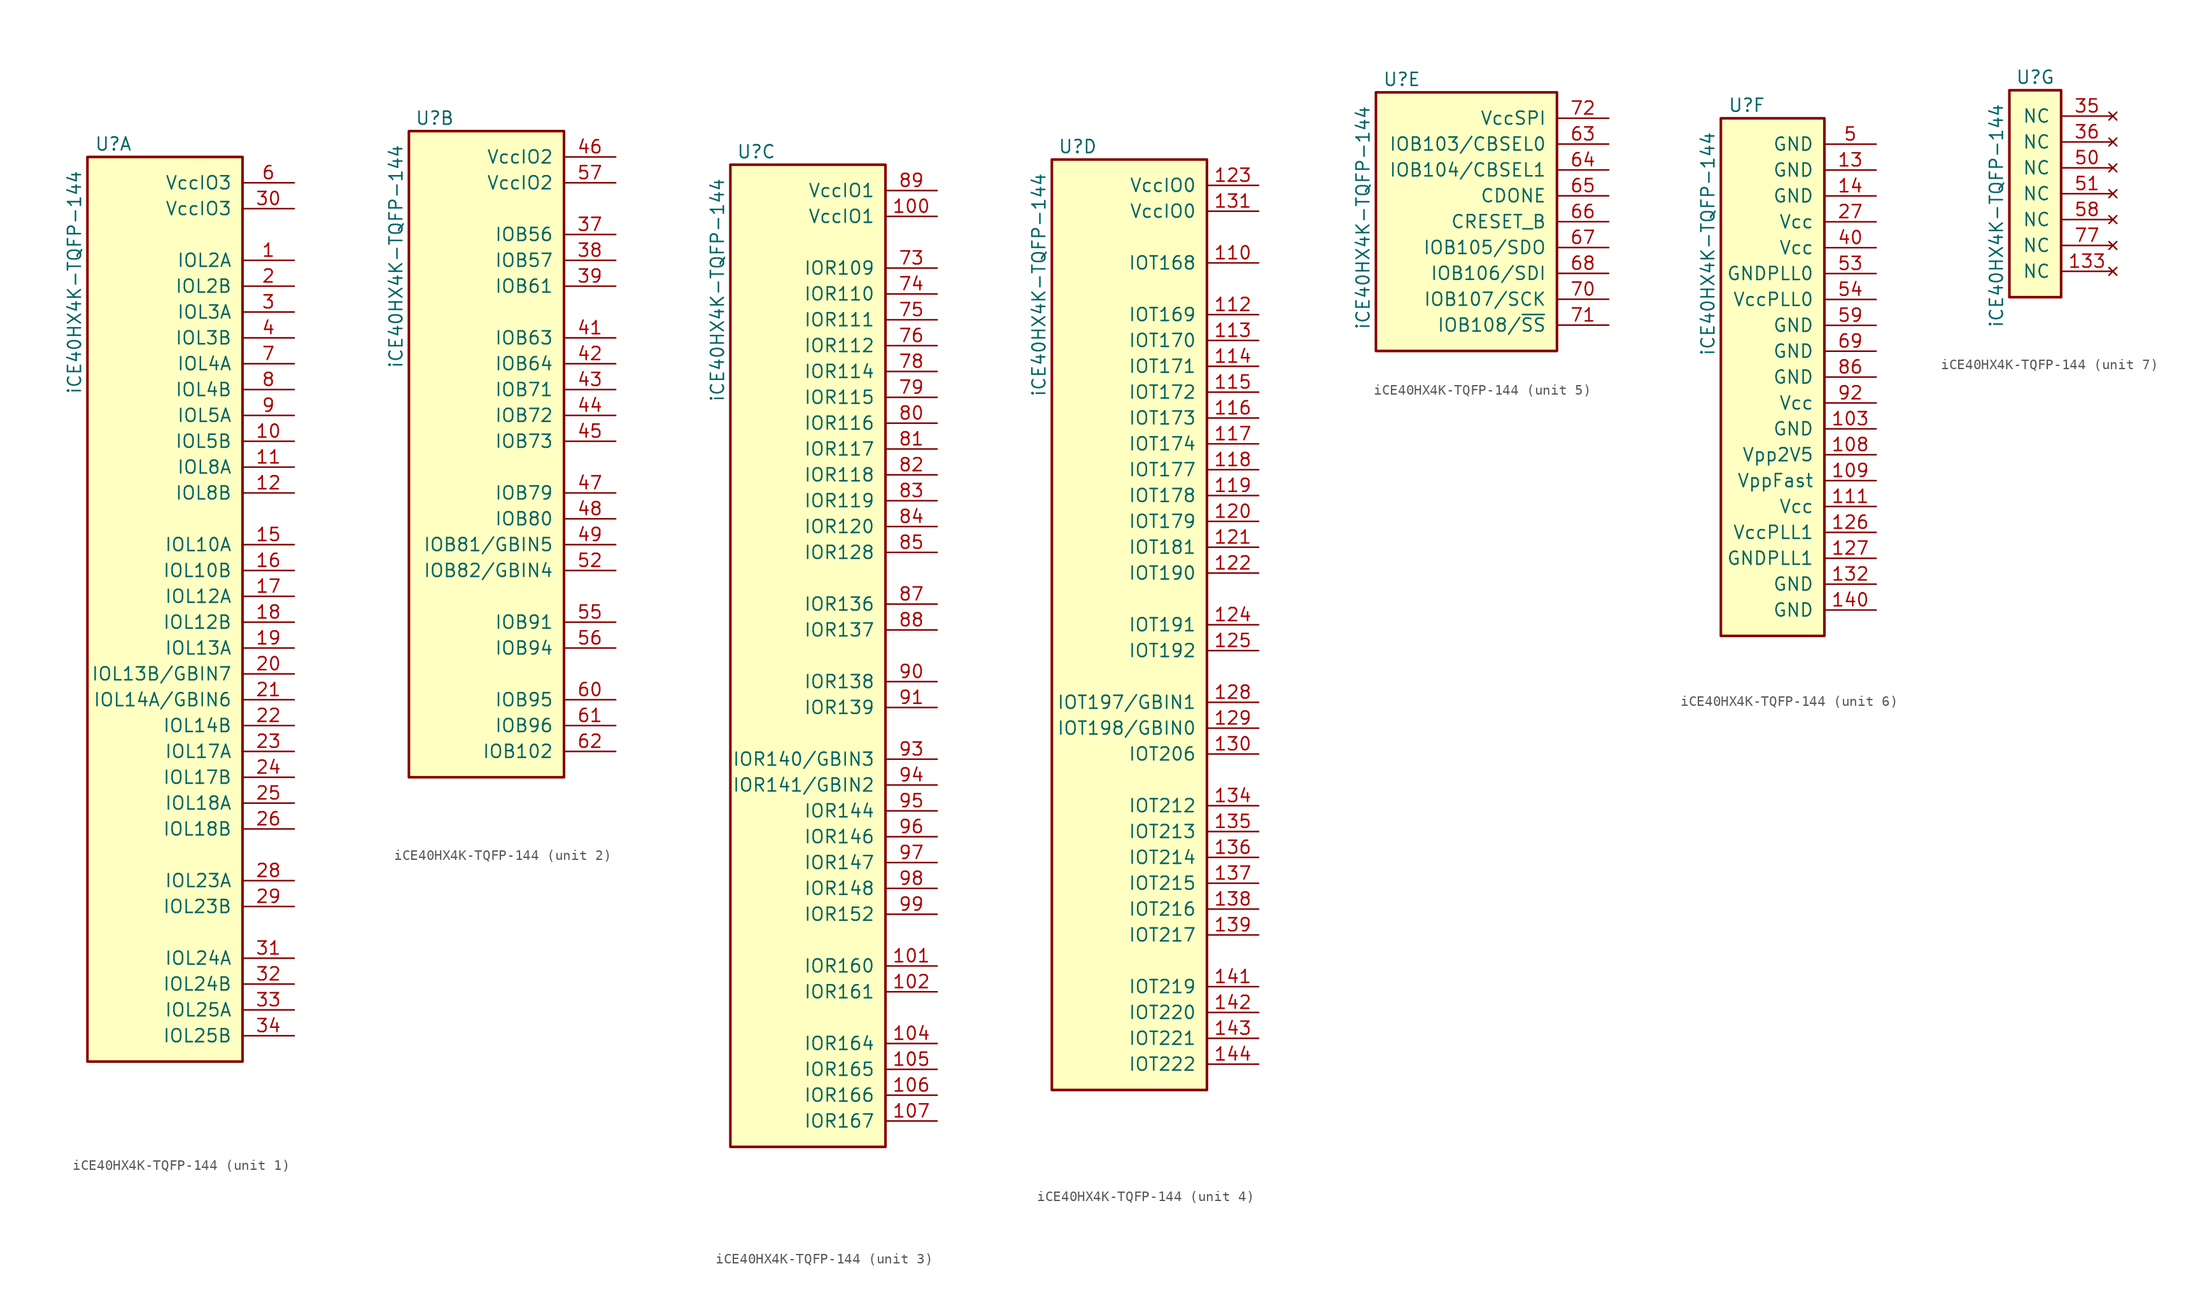
<source format=kicad_sym>
(kicad_symbol_lib
  (version 20220914)
  (generator kicad_symbol_editor)
  (symbol "iCE40HX4K-TQFP-144"
    (pin_names
      (offset 1.016))
    (property "Reference" "U"
      (at 0 19.05 0)
      (effects (font (size 1.27 1.27))))
    (property "Value" "iCE40HX4K-TQFP-144"
      (at -3.81 16.51 90)
      (effects (font (size 1.27 1.27)) (justify right)))
    (property "ki_locked" ""
      (at 0 0 0)
      (effects (font (size 1.27 1.27))))
    (symbol "iCE40HX4K-TQFP-144_1_1"
      (rectangle (start 12.7 17.78) (end -2.54 -71.12) (stroke (width 0.254) (type default)) (fill (type background)))
      (pin bidirectional line (at 17.78 7.62 180) (length 5.08) (name "IOL2A" (effects (font (size 1.27 1.27)))) (number "1" (effects (font (size 1.27 1.27)))))
      (pin bidirectional line (at 17.78 -10.16 180) (length 5.08) (name "IOL5B" (effects (font (size 1.27 1.27)))) (number "10" (effects (font (size 1.27 1.27)))))
      (pin bidirectional line (at 17.78 -12.7 180) (length 5.08) (name "IOL8A" (effects (font (size 1.27 1.27)))) (number "11" (effects (font (size 1.27 1.27)))))
      (pin bidirectional line (at 17.78 -15.24 180) (length 5.08) (name "IOL8B" (effects (font (size 1.27 1.27)))) (number "12" (effects (font (size 1.27 1.27)))))
      (pin bidirectional line (at 17.78 -20.32 180) (length 5.08) (name "IOL10A" (effects (font (size 1.27 1.27)))) (number "15" (effects (font (size 1.27 1.27)))))
      (pin bidirectional line (at 17.78 -22.86 180) (length 5.08) (name "IOL10B" (effects (font (size 1.27 1.27)))) (number "16" (effects (font (size 1.27 1.27)))))
      (pin bidirectional line (at 17.78 -25.4 180) (length 5.08) (name "IOL12A" (effects (font (size 1.27 1.27)))) (number "17" (effects (font (size 1.27 1.27)))))
      (pin bidirectional line (at 17.78 -27.94 180) (length 5.08) (name "IOL12B" (effects (font (size 1.27 1.27)))) (number "18" (effects (font (size 1.27 1.27)))))
      (pin bidirectional line (at 17.78 -30.48 180) (length 5.08) (name "IOL13A" (effects (font (size 1.27 1.27)))) (number "19" (effects (font (size 1.27 1.27)))))
      (pin bidirectional line (at 17.78 5.08 180) (length 5.08) (name "IOL2B" (effects (font (size 1.27 1.27)))) (number "2" (effects (font (size 1.27 1.27)))))
      (pin bidirectional line (at 17.78 -33.02 180) (length 5.08) (name "IOL13B/GBIN7" (effects (font (size 1.27 1.27)))) (number "20" (effects (font (size 1.27 1.27)))))
      (pin bidirectional line (at 17.78 -35.56 180) (length 5.08) (name "IOL14A/GBIN6" (effects (font (size 1.27 1.27)))) (number "21" (effects (font (size 1.27 1.27)))))
      (pin bidirectional line (at 17.78 -38.1 180) (length 5.08) (name "IOL14B" (effects (font (size 1.27 1.27)))) (number "22" (effects (font (size 1.27 1.27)))))
      (pin bidirectional line (at 17.78 -40.64 180) (length 5.08) (name "IOL17A" (effects (font (size 1.27 1.27)))) (number "23" (effects (font (size 1.27 1.27)))))
      (pin bidirectional line (at 17.78 -43.18 180) (length 5.08) (name "IOL17B" (effects (font (size 1.27 1.27)))) (number "24" (effects (font (size 1.27 1.27)))))
      (pin bidirectional line (at 17.78 -45.72 180) (length 5.08) (name "IOL18A" (effects (font (size 1.27 1.27)))) (number "25" (effects (font (size 1.27 1.27)))))
      (pin bidirectional line (at 17.78 -48.26 180) (length 5.08) (name "IOL18B" (effects (font (size 1.27 1.27)))) (number "26" (effects (font (size 1.27 1.27)))))
      (pin bidirectional line (at 17.78 -53.34 180) (length 5.08) (name "IOL23A" (effects (font (size 1.27 1.27)))) (number "28" (effects (font (size 1.27 1.27)))))
      (pin bidirectional line (at 17.78 -55.88 180) (length 5.08) (name "IOL23B" (effects (font (size 1.27 1.27)))) (number "29" (effects (font (size 1.27 1.27)))))
      (pin bidirectional line (at 17.78 2.54 180) (length 5.08) (name "IOL3A" (effects (font (size 1.27 1.27)))) (number "3" (effects (font (size 1.27 1.27)))))
      (pin power_in line (at 17.78 12.7 180) (length 5.08) (name "VccIO3" (effects (font (size 1.27 1.27)))) (number "30" (effects (font (size 1.27 1.27)))))
      (pin bidirectional line (at 17.78 -60.96 180) (length 5.08) (name "IOL24A" (effects (font (size 1.27 1.27)))) (number "31" (effects (font (size 1.27 1.27)))))
      (pin bidirectional line (at 17.78 -63.5 180) (length 5.08) (name "IOL24B" (effects (font (size 1.27 1.27)))) (number "32" (effects (font (size 1.27 1.27)))))
      (pin bidirectional line (at 17.78 -66.04 180) (length 5.08) (name "IOL25A" (effects (font (size 1.27 1.27)))) (number "33" (effects (font (size 1.27 1.27)))))
      (pin bidirectional line (at 17.78 -68.58 180) (length 5.08) (name "IOL25B" (effects (font (size 1.27 1.27)))) (number "34" (effects (font (size 1.27 1.27)))))
      (pin bidirectional line (at 17.78 0 180) (length 5.08) (name "IOL3B" (effects (font (size 1.27 1.27)))) (number "4" (effects (font (size 1.27 1.27)))))
      (pin power_in line (at 17.78 15.24 180) (length 5.08) (name "VccIO3" (effects (font (size 1.27 1.27)))) (number "6" (effects (font (size 1.27 1.27)))))
      (pin bidirectional line (at 17.78 -2.54 180) (length 5.08) (name "IOL4A" (effects (font (size 1.27 1.27)))) (number "7" (effects (font (size 1.27 1.27)))))
      (pin bidirectional line (at 17.78 -5.08 180) (length 5.08) (name "IOL4B" (effects (font (size 1.27 1.27)))) (number "8" (effects (font (size 1.27 1.27)))))
      (pin bidirectional line (at 17.78 -7.62 180) (length 5.08) (name "IOL5A" (effects (font (size 1.27 1.27)))) (number "9" (effects (font (size 1.27 1.27))))))
    (symbol "iCE40HX4K-TQFP-144_2_1"
      (rectangle (start -2.54 17.78) (end 12.7 -45.72) (stroke (width 0.254) (type default)) (fill (type background)))
      (pin bidirectional line (at 17.78 7.62 180) (length 5.08) (name "IOB56" (effects (font (size 1.27 1.27)))) (number "37" (effects (font (size 1.27 1.27)))))
      (pin bidirectional line (at 17.78 5.08 180) (length 5.08) (name "IOB57" (effects (font (size 1.27 1.27)))) (number "38" (effects (font (size 1.27 1.27)))))
      (pin bidirectional line (at 17.78 2.54 180) (length 5.08) (name "IOB61" (effects (font (size 1.27 1.27)))) (number "39" (effects (font (size 1.27 1.27)))))
      (pin bidirectional line (at 17.78 -2.54 180) (length 5.08) (name "IOB63" (effects (font (size 1.27 1.27)))) (number "41" (effects (font (size 1.27 1.27)))))
      (pin bidirectional line (at 17.78 -5.08 180) (length 5.08) (name "IOB64" (effects (font (size 1.27 1.27)))) (number "42" (effects (font (size 1.27 1.27)))))
      (pin bidirectional line (at 17.78 -7.62 180) (length 5.08) (name "IOB71" (effects (font (size 1.27 1.27)))) (number "43" (effects (font (size 1.27 1.27)))))
      (pin bidirectional line (at 17.78 -10.16 180) (length 5.08) (name "IOB72" (effects (font (size 1.27 1.27)))) (number "44" (effects (font (size 1.27 1.27)))))
      (pin bidirectional line (at 17.78 -12.7 180) (length 5.08) (name "IOB73" (effects (font (size 1.27 1.27)))) (number "45" (effects (font (size 1.27 1.27)))))
      (pin bidirectional line (at 17.78 15.24 180) (length 5.08) (name "VccIO2" (effects (font (size 1.27 1.27)))) (number "46" (effects (font (size 1.27 1.27)))))
      (pin bidirectional line (at 17.78 -17.78 180) (length 5.08) (name "IOB79" (effects (font (size 1.27 1.27)))) (number "47" (effects (font (size 1.27 1.27)))))
      (pin bidirectional line (at 17.78 -20.32 180) (length 5.08) (name "IOB80" (effects (font (size 1.27 1.27)))) (number "48" (effects (font (size 1.27 1.27)))))
      (pin bidirectional line (at 17.78 -22.86 180) (length 5.08) (name "IOB81/GBIN5" (effects (font (size 1.27 1.27)))) (number "49" (effects (font (size 1.27 1.27)))))
      (pin bidirectional line (at 17.78 -25.4 180) (length 5.08) (name "IOB82/GBIN4" (effects (font (size 1.27 1.27)))) (number "52" (effects (font (size 1.27 1.27)))))
      (pin bidirectional line (at 17.78 -30.48 180) (length 5.08) (name "IOB91" (effects (font (size 1.27 1.27)))) (number "55" (effects (font (size 1.27 1.27)))))
      (pin bidirectional line (at 17.78 -33.02 180) (length 5.08) (name "IOB94" (effects (font (size 1.27 1.27)))) (number "56" (effects (font (size 1.27 1.27)))))
      (pin bidirectional line (at 17.78 12.7 180) (length 5.08) (name "VccIO2" (effects (font (size 1.27 1.27)))) (number "57" (effects (font (size 1.27 1.27)))))
      (pin bidirectional line (at 17.78 -38.1 180) (length 5.08) (name "IOB95" (effects (font (size 1.27 1.27)))) (number "60" (effects (font (size 1.27 1.27)))))
      (pin bidirectional line (at 17.78 -40.64 180) (length 5.08) (name "IOB96" (effects (font (size 1.27 1.27)))) (number "61" (effects (font (size 1.27 1.27)))))
      (pin bidirectional line (at 17.78 -43.18 180) (length 5.08) (name "IOB102" (effects (font (size 1.27 1.27)))) (number "62" (effects (font (size 1.27 1.27))))))
    (symbol "iCE40HX4K-TQFP-144_3_1"
      (rectangle (start -2.54 17.78) (end 12.7 -78.74) (stroke (width 0.254) (type default)) (fill (type background)))
      (pin bidirectional line (at 17.78 12.7 180) (length 5.08) (name "VccIO1" (effects (font (size 1.27 1.27)))) (number "100" (effects (font (size 1.27 1.27)))))
      (pin bidirectional line (at 17.78 -60.96 180) (length 5.08) (name "IOR160" (effects (font (size 1.27 1.27)))) (number "101" (effects (font (size 1.27 1.27)))))
      (pin bidirectional line (at 17.78 -63.5 180) (length 5.08) (name "IOR161" (effects (font (size 1.27 1.27)))) (number "102" (effects (font (size 1.27 1.27)))))
      (pin bidirectional line (at 17.78 -68.58 180) (length 5.08) (name "IOR164" (effects (font (size 1.27 1.27)))) (number "104" (effects (font (size 1.27 1.27)))))
      (pin bidirectional line (at 17.78 -71.12 180) (length 5.08) (name "IOR165" (effects (font (size 1.27 1.27)))) (number "105" (effects (font (size 1.27 1.27)))))
      (pin bidirectional line (at 17.78 -73.66 180) (length 5.08) (name "IOR166" (effects (font (size 1.27 1.27)))) (number "106" (effects (font (size 1.27 1.27)))))
      (pin bidirectional line (at 17.78 -76.2 180) (length 5.08) (name "IOR167" (effects (font (size 1.27 1.27)))) (number "107" (effects (font (size 1.27 1.27)))))
      (pin bidirectional line (at 17.78 7.62 180) (length 5.08) (name "IOR109" (effects (font (size 1.27 1.27)))) (number "73" (effects (font (size 1.27 1.27)))))
      (pin bidirectional line (at 17.78 5.08 180) (length 5.08) (name "IOR110" (effects (font (size 1.27 1.27)))) (number "74" (effects (font (size 1.27 1.27)))))
      (pin bidirectional line (at 17.78 2.54 180) (length 5.08) (name "IOR111" (effects (font (size 1.27 1.27)))) (number "75" (effects (font (size 1.27 1.27)))))
      (pin bidirectional line (at 17.78 0 180) (length 5.08) (name "IOR112" (effects (font (size 1.27 1.27)))) (number "76" (effects (font (size 1.27 1.27)))))
      (pin bidirectional line (at 17.78 -2.54 180) (length 5.08) (name "IOR114" (effects (font (size 1.27 1.27)))) (number "78" (effects (font (size 1.27 1.27)))))
      (pin bidirectional line (at 17.78 -5.08 180) (length 5.08) (name "IOR115" (effects (font (size 1.27 1.27)))) (number "79" (effects (font (size 1.27 1.27)))))
      (pin bidirectional line (at 17.78 -7.62 180) (length 5.08) (name "IOR116" (effects (font (size 1.27 1.27)))) (number "80" (effects (font (size 1.27 1.27)))))
      (pin bidirectional line (at 17.78 -10.16 180) (length 5.08) (name "IOR117" (effects (font (size 1.27 1.27)))) (number "81" (effects (font (size 1.27 1.27)))))
      (pin bidirectional line (at 17.78 -12.7 180) (length 5.08) (name "IOR118" (effects (font (size 1.27 1.27)))) (number "82" (effects (font (size 1.27 1.27)))))
      (pin bidirectional line (at 17.78 -15.24 180) (length 5.08) (name "IOR119" (effects (font (size 1.27 1.27)))) (number "83" (effects (font (size 1.27 1.27)))))
      (pin bidirectional line (at 17.78 -17.78 180) (length 5.08) (name "IOR120" (effects (font (size 1.27 1.27)))) (number "84" (effects (font (size 1.27 1.27)))))
      (pin bidirectional line (at 17.78 -20.32 180) (length 5.08) (name "IOR128" (effects (font (size 1.27 1.27)))) (number "85" (effects (font (size 1.27 1.27)))))
      (pin bidirectional line (at 17.78 -25.4 180) (length 5.08) (name "IOR136" (effects (font (size 1.27 1.27)))) (number "87" (effects (font (size 1.27 1.27)))))
      (pin bidirectional line (at 17.78 -27.94 180) (length 5.08) (name "IOR137" (effects (font (size 1.27 1.27)))) (number "88" (effects (font (size 1.27 1.27)))))
      (pin bidirectional line (at 17.78 15.24 180) (length 5.08) (name "VccIO1" (effects (font (size 1.27 1.27)))) (number "89" (effects (font (size 1.27 1.27)))))
      (pin bidirectional line (at 17.78 -33.02 180) (length 5.08) (name "IOR138" (effects (font (size 1.27 1.27)))) (number "90" (effects (font (size 1.27 1.27)))))
      (pin bidirectional line (at 17.78 -35.56 180) (length 5.08) (name "IOR139" (effects (font (size 1.27 1.27)))) (number "91" (effects (font (size 1.27 1.27)))))
      (pin bidirectional line (at 17.78 -40.64 180) (length 5.08) (name "IOR140/GBIN3" (effects (font (size 1.27 1.27)))) (number "93" (effects (font (size 1.27 1.27)))))
      (pin bidirectional line (at 17.78 -43.18 180) (length 5.08) (name "IOR141/GBIN2" (effects (font (size 1.27 1.27)))) (number "94" (effects (font (size 1.27 1.27)))))
      (pin bidirectional line (at 17.78 -45.72 180) (length 5.08) (name "IOR144" (effects (font (size 1.27 1.27)))) (number "95" (effects (font (size 1.27 1.27)))))
      (pin bidirectional line (at 17.78 -48.26 180) (length 5.08) (name "IOR146" (effects (font (size 1.27 1.27)))) (number "96" (effects (font (size 1.27 1.27)))))
      (pin bidirectional line (at 17.78 -50.8 180) (length 5.08) (name "IOR147" (effects (font (size 1.27 1.27)))) (number "97" (effects (font (size 1.27 1.27)))))
      (pin bidirectional line (at 17.78 -53.34 180) (length 5.08) (name "IOR148" (effects (font (size 1.27 1.27)))) (number "98" (effects (font (size 1.27 1.27)))))
      (pin bidirectional line (at 17.78 -55.88 180) (length 5.08) (name "IOR152" (effects (font (size 1.27 1.27)))) (number "99" (effects (font (size 1.27 1.27))))))
    (symbol "iCE40HX4K-TQFP-144_4_1"
      (rectangle (start -2.54 17.78) (end 12.7 -73.66) (stroke (width 0.254) (type default)) (fill (type background)))
      (pin bidirectional line (at 17.78 7.62 180) (length 5.08) (name "IOT168" (effects (font (size 1.27 1.27)))) (number "110" (effects (font (size 1.27 1.27)))))
      (pin bidirectional line (at 17.78 2.54 180) (length 5.08) (name "IOT169" (effects (font (size 1.27 1.27)))) (number "112" (effects (font (size 1.27 1.27)))))
      (pin bidirectional line (at 17.78 0 180) (length 5.08) (name "IOT170" (effects (font (size 1.27 1.27)))) (number "113" (effects (font (size 1.27 1.27)))))
      (pin bidirectional line (at 17.78 -2.54 180) (length 5.08) (name "IOT171" (effects (font (size 1.27 1.27)))) (number "114" (effects (font (size 1.27 1.27)))))
      (pin bidirectional line (at 17.78 -5.08 180) (length 5.08) (name "IOT172" (effects (font (size 1.27 1.27)))) (number "115" (effects (font (size 1.27 1.27)))))
      (pin bidirectional line (at 17.78 -7.62 180) (length 5.08) (name "IOT173" (effects (font (size 1.27 1.27)))) (number "116" (effects (font (size 1.27 1.27)))))
      (pin bidirectional line (at 17.78 -10.16 180) (length 5.08) (name "IOT174" (effects (font (size 1.27 1.27)))) (number "117" (effects (font (size 1.27 1.27)))))
      (pin bidirectional line (at 17.78 -12.7 180) (length 5.08) (name "IOT177" (effects (font (size 1.27 1.27)))) (number "118" (effects (font (size 1.27 1.27)))))
      (pin bidirectional line (at 17.78 -15.24 180) (length 5.08) (name "IOT178" (effects (font (size 1.27 1.27)))) (number "119" (effects (font (size 1.27 1.27)))))
      (pin bidirectional line (at 17.78 -17.78 180) (length 5.08) (name "IOT179" (effects (font (size 1.27 1.27)))) (number "120" (effects (font (size 1.27 1.27)))))
      (pin bidirectional line (at 17.78 -20.32 180) (length 5.08) (name "IOT181" (effects (font (size 1.27 1.27)))) (number "121" (effects (font (size 1.27 1.27)))))
      (pin bidirectional line (at 17.78 -22.86 180) (length 5.08) (name "IOT190" (effects (font (size 1.27 1.27)))) (number "122" (effects (font (size 1.27 1.27)))))
      (pin power_in line (at 17.78 15.24 180) (length 5.08) (name "VccIO0" (effects (font (size 1.27 1.27)))) (number "123" (effects (font (size 1.27 1.27)))))
      (pin bidirectional line (at 17.78 -27.94 180) (length 5.08) (name "IOT191" (effects (font (size 1.27 1.27)))) (number "124" (effects (font (size 1.27 1.27)))))
      (pin bidirectional line (at 17.78 -30.48 180) (length 5.08) (name "IOT192" (effects (font (size 1.27 1.27)))) (number "125" (effects (font (size 1.27 1.27)))))
      (pin bidirectional line (at 17.78 -35.56 180) (length 5.08) (name "IOT197/GBIN1" (effects (font (size 1.27 1.27)))) (number "128" (effects (font (size 1.27 1.27)))))
      (pin bidirectional line (at 17.78 -38.1 180) (length 5.08) (name "IOT198/GBIN0" (effects (font (size 1.27 1.27)))) (number "129" (effects (font (size 1.27 1.27)))))
      (pin bidirectional line (at 17.78 -40.64 180) (length 5.08) (name "IOT206" (effects (font (size 1.27 1.27)))) (number "130" (effects (font (size 1.27 1.27)))))
      (pin power_in line (at 17.78 12.7 180) (length 5.08) (name "VccIO0" (effects (font (size 1.27 1.27)))) (number "131" (effects (font (size 1.27 1.27)))))
      (pin bidirectional line (at 17.78 -45.72 180) (length 5.08) (name "IOT212" (effects (font (size 1.27 1.27)))) (number "134" (effects (font (size 1.27 1.27)))))
      (pin bidirectional line (at 17.78 -48.26 180) (length 5.08) (name "IOT213" (effects (font (size 1.27 1.27)))) (number "135" (effects (font (size 1.27 1.27)))))
      (pin bidirectional line (at 17.78 -50.8 180) (length 5.08) (name "IOT214" (effects (font (size 1.27 1.27)))) (number "136" (effects (font (size 1.27 1.27)))))
      (pin bidirectional line (at 17.78 -53.34 180) (length 5.08) (name "IOT215" (effects (font (size 1.27 1.27)))) (number "137" (effects (font (size 1.27 1.27)))))
      (pin bidirectional line (at 17.78 -55.88 180) (length 5.08) (name "IOT216" (effects (font (size 1.27 1.27)))) (number "138" (effects (font (size 1.27 1.27)))))
      (pin bidirectional line (at 17.78 -58.42 180) (length 5.08) (name "IOT217" (effects (font (size 1.27 1.27)))) (number "139" (effects (font (size 1.27 1.27)))))
      (pin bidirectional line (at 17.78 -63.5 180) (length 5.08) (name "IOT219" (effects (font (size 1.27 1.27)))) (number "141" (effects (font (size 1.27 1.27)))))
      (pin bidirectional line (at 17.78 -66.04 180) (length 5.08) (name "IOT220" (effects (font (size 1.27 1.27)))) (number "142" (effects (font (size 1.27 1.27)))))
      (pin bidirectional line (at 17.78 -68.58 180) (length 5.08) (name "IOT221" (effects (font (size 1.27 1.27)))) (number "143" (effects (font (size 1.27 1.27)))))
      (pin bidirectional line (at 17.78 -71.12 180) (length 5.08) (name "IOT222" (effects (font (size 1.27 1.27)))) (number "144" (effects (font (size 1.27 1.27))))))
    (symbol "iCE40HX4K-TQFP-144_5_1"
      (rectangle (start 15.24 17.78) (end -2.54 -7.62) (stroke (width 0.254) (type default)) (fill (type background)))
      (pin input line (at 20.32 12.7 180) (length 5.08) (name "IOB103/CBSEL0" (effects (font (size 1.27 1.27)))) (number "63" (effects (font (size 1.27 1.27)))))
      (pin input line (at 20.32 10.16 180) (length 5.08) (name "IOB104/CBSEL1" (effects (font (size 1.27 1.27)))) (number "64" (effects (font (size 1.27 1.27)))))
      (pin output line (at 20.32 7.62 180) (length 5.08) (name "CDONE" (effects (font (size 1.27 1.27)))) (number "65" (effects (font (size 1.27 1.27)))))
      (pin input line (at 20.32 5.08 180) (length 5.08) (name "CRESET_B" (effects (font (size 1.27 1.27)))) (number "66" (effects (font (size 1.27 1.27)))))
      (pin output line (at 20.32 2.54 180) (length 5.08) (name "IOB105/SDO" (effects (font (size 1.27 1.27)))) (number "67" (effects (font (size 1.27 1.27)))))
      (pin input line (at 20.32 0 180) (length 5.08) (name "IOB106/SDI" (effects (font (size 1.27 1.27)))) (number "68" (effects (font (size 1.27 1.27)))))
      (pin bidirectional line (at 20.32 -2.54 180) (length 5.08) (name "IOB107/SCK" (effects (font (size 1.27 1.27)))) (number "70" (effects (font (size 1.27 1.27)))))
      (pin input line (at 20.32 -5.08 180) (length 5.08) (name "IOB108/~{SS}" (effects (font (size 1.27 1.27)))) (number "71" (effects (font (size 1.27 1.27)))))
      (pin power_in line (at 20.32 15.24 180) (length 5.08) (name "VccSPI" (effects (font (size 1.27 1.27)))) (number "72" (effects (font (size 1.27 1.27))))))
    (symbol "iCE40HX4K-TQFP-144_6_1"
      (rectangle (start -2.54 17.78) (end 7.62 -33.02) (stroke (width 0.254) (type default)) (fill (type background)))
      (pin power_in line (at 12.7 -12.7 180) (length 5.08) (name "GND" (effects (font (size 1.27 1.27)))) (number "103" (effects (font (size 1.27 1.27)))))
      (pin power_in line (at 12.7 -15.24 180) (length 5.08) (name "Vpp2V5" (effects (font (size 1.27 1.27)))) (number "108" (effects (font (size 1.27 1.27)))))
      (pin power_in line (at 12.7 -17.78 180) (length 5.08) (name "VppFast" (effects (font (size 1.27 1.27)))) (number "109" (effects (font (size 1.27 1.27)))))
      (pin power_in line (at 12.7 -20.32 180) (length 5.08) (name "Vcc" (effects (font (size 1.27 1.27)))) (number "111" (effects (font (size 1.27 1.27)))))
      (pin power_in line (at 12.7 -22.86 180) (length 5.08) (name "VccPLL1" (effects (font (size 1.27 1.27)))) (number "126" (effects (font (size 1.27 1.27)))))
      (pin power_in line (at 12.7 -25.4 180) (length 5.08) (name "GNDPLL1" (effects (font (size 1.27 1.27)))) (number "127" (effects (font (size 1.27 1.27)))))
      (pin power_in line (at 12.7 12.7 180) (length 5.08) (name "GND" (effects (font (size 1.27 1.27)))) (number "13" (effects (font (size 1.27 1.27)))))
      (pin power_in line (at 12.7 -27.94 180) (length 5.08) (name "GND" (effects (font (size 1.27 1.27)))) (number "132" (effects (font (size 1.27 1.27)))))
      (pin power_in line (at 12.7 10.16 180) (length 5.08) (name "GND" (effects (font (size 1.27 1.27)))) (number "14" (effects (font (size 1.27 1.27)))))
      (pin power_in line (at 12.7 -30.48 180) (length 5.08) (name "GND" (effects (font (size 1.27 1.27)))) (number "140" (effects (font (size 1.27 1.27)))))
      (pin power_in line (at 12.7 7.62 180) (length 5.08) (name "Vcc" (effects (font (size 1.27 1.27)))) (number "27" (effects (font (size 1.27 1.27)))))
      (pin power_in line (at 12.7 5.08 180) (length 5.08) (name "Vcc" (effects (font (size 1.27 1.27)))) (number "40" (effects (font (size 1.27 1.27)))))
      (pin power_in line (at 12.7 15.24 180) (length 5.08) (name "GND" (effects (font (size 1.27 1.27)))) (number "5" (effects (font (size 1.27 1.27)))))
      (pin power_in line (at 12.7 2.54 180) (length 5.08) (name "GNDPLL0" (effects (font (size 1.27 1.27)))) (number "53" (effects (font (size 1.27 1.27)))))
      (pin power_in line (at 12.7 0 180) (length 5.08) (name "VccPLL0" (effects (font (size 1.27 1.27)))) (number "54" (effects (font (size 1.27 1.27)))))
      (pin power_in line (at 12.7 -2.54 180) (length 5.08) (name "GND" (effects (font (size 1.27 1.27)))) (number "59" (effects (font (size 1.27 1.27)))))
      (pin power_in line (at 12.7 -5.08 180) (length 5.08) (name "GND" (effects (font (size 1.27 1.27)))) (number "69" (effects (font (size 1.27 1.27)))))
      (pin power_in line (at 12.7 -7.62 180) (length 5.08) (name "GND" (effects (font (size 1.27 1.27)))) (number "86" (effects (font (size 1.27 1.27)))))
      (pin power_in line (at 12.7 -10.16 180) (length 5.08) (name "Vcc" (effects (font (size 1.27 1.27)))) (number "92" (effects (font (size 1.27 1.27))))))
    (symbol "iCE40HX4K-TQFP-144_7_1"
      (rectangle (start 2.54 17.78) (end -2.54 -2.54) (stroke (width 0.254) (type default)) (fill (type background)))
      (pin no_connect line (at 7.62 0 180) (length 5.08) (name "NC" (effects (font (size 1.27 1.27)))) (number "133" (effects (font (size 1.27 1.27)))))
      (pin no_connect line (at 7.62 15.24 180) (length 5.08) (name "NC" (effects (font (size 1.27 1.27)))) (number "35" (effects (font (size 1.27 1.27)))))
      (pin no_connect line (at 7.62 12.7 180) (length 5.08) (name "NC" (effects (font (size 1.27 1.27)))) (number "36" (effects (font (size 1.27 1.27)))))
      (pin no_connect line (at 7.62 10.16 180) (length 5.08) (name "NC" (effects (font (size 1.27 1.27)))) (number "50" (effects (font (size 1.27 1.27)))))
      (pin no_connect line (at 7.62 7.62 180) (length 5.08) (name "NC" (effects (font (size 1.27 1.27)))) (number "51" (effects (font (size 1.27 1.27)))))
      (pin no_connect line (at 7.62 5.08 180) (length 5.08) (name "NC" (effects (font (size 1.27 1.27)))) (number "58" (effects (font (size 1.27 1.27)))))
      (pin no_connect line (at 7.62 2.54 180) (length 5.08) (name "NC" (effects (font (size 1.27 1.27)))) (number "77" (effects (font (size 1.27 1.27))))))))
</source>
